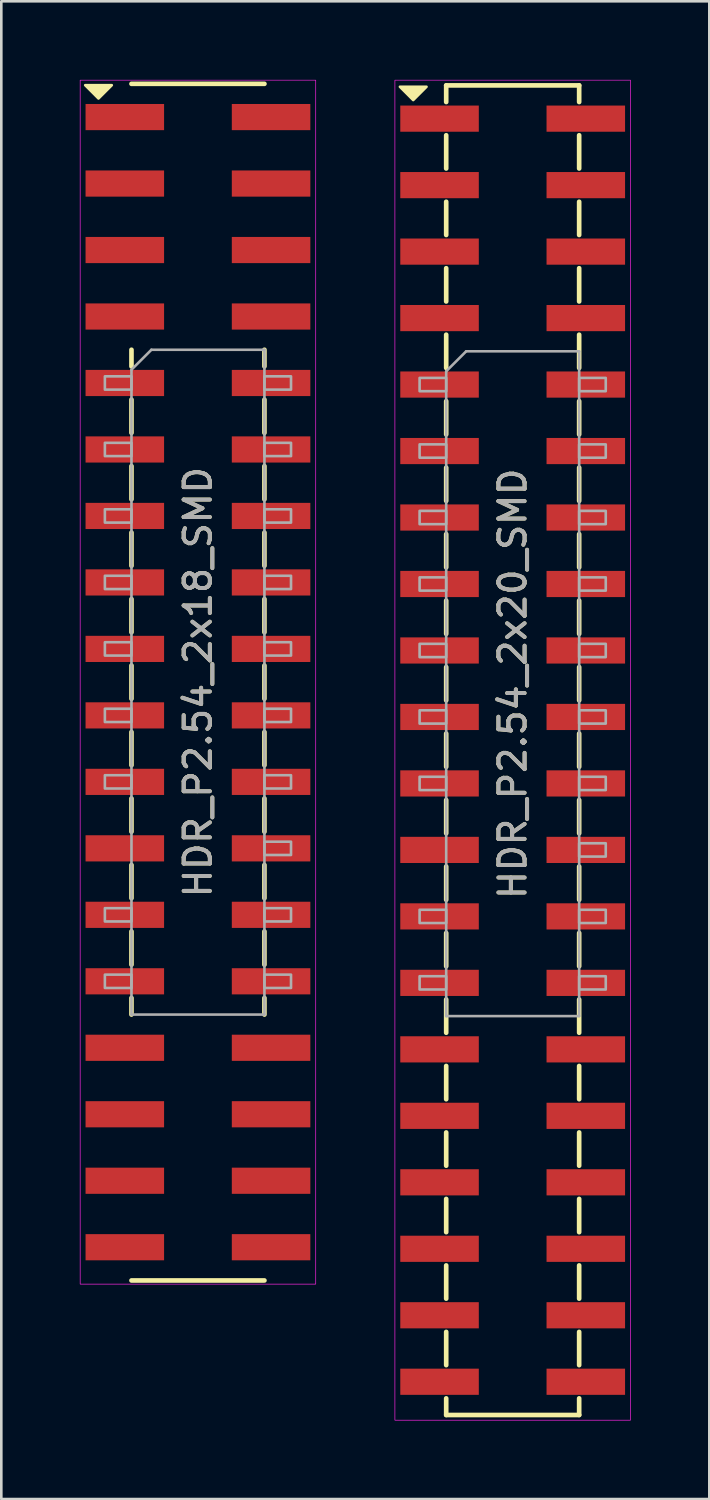
<source format=kicad_pcb>
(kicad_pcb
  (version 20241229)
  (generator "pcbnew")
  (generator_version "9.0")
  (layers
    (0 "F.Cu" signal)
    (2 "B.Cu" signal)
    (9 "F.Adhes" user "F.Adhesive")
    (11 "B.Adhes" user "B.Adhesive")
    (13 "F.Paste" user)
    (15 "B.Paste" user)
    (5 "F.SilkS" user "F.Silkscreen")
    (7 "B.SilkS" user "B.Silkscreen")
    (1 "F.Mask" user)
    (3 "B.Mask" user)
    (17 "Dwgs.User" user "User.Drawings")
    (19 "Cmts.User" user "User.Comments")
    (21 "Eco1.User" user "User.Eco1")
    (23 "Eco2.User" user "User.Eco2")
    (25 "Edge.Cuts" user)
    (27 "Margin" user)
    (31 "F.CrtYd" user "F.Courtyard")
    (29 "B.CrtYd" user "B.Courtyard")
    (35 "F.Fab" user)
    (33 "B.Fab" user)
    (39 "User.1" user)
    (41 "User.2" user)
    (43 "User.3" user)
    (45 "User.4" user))
  (footprint "HDR_P2.54_2x20_SMD"
    (layer "F.Cu")
    (at 16.538 25.613)
    (property "Reference" "HDR_P2.54_2x20_SMD" (at 0 -2.54 90) (layer "F.SilkS") (effects (font (size 1 1) (thickness 0.15))))
    (attr smd)
    (fp_line (start -2.54 -25.4) (end -2.54 -24.765) (stroke (width 0.178) (type solid)) (layer "F.SilkS"))
    (fp_line (start -2.54 -23.495) (end -2.54 -22.225) (stroke (width 0.178) (type solid)) (layer "F.SilkS"))
    (fp_line (start -2.54 -20.955) (end -2.54 -19.685) (stroke (width 0.178) (type solid)) (layer "F.SilkS"))
    (fp_line (start -2.54 -18.415) (end -2.54 -17.145) (stroke (width 0.178) (type solid)) (layer "F.SilkS"))
    (fp_line (start -2.54 -15.875) (end -2.54 -14.605) (stroke (width 0.178) (type solid)) (layer "F.SilkS"))
    (fp_line (start -2.54 -13.335) (end -2.54 -12.065) (stroke (width 0.178) (type solid)) (layer "F.SilkS"))
    (fp_line (start -2.54 -9.525) (end -2.54 -10.795) (stroke (width 0.178) (type solid)) (layer "F.SilkS"))
    (fp_line (start -2.54 -6.985) (end -2.54 -8.255) (stroke (width 0.178) (type solid)) (layer "F.SilkS"))
    (fp_line (start -2.54 -4.445) (end -2.54 -5.715) (stroke (width 0.178) (type solid)) (layer "F.SilkS"))
    (fp_line (start -2.54 -1.905) (end -2.54 -3.175) (stroke (width 0.178) (type solid)) (layer "F.SilkS"))
    (fp_line (start -2.54 0.635) (end -2.54 -0.635) (stroke (width 0.178) (type solid)) (layer "F.SilkS"))
    (fp_line (start -2.54 3.175) (end -2.54 1.905) (stroke (width 0.178) (type solid)) (layer "F.SilkS"))
    (fp_line (start -2.54 5.715) (end -2.54 4.445) (stroke (width 0.178) (type solid)) (layer "F.SilkS"))
    (fp_line (start -2.54 8.255) (end -2.54 6.985) (stroke (width 0.178) (type solid)) (layer "F.SilkS"))
    (fp_line (start -2.54 9.525) (end -2.54 10.795) (stroke (width 0.178) (type solid)) (layer "F.SilkS"))
    (fp_line (start -2.54 12.065) (end -2.54 13.335) (stroke (width 0.178) (type solid)) (layer "F.SilkS"))
    (fp_line (start -2.54 14.605) (end -2.54 15.875) (stroke (width 0.178) (type solid)) (layer "F.SilkS"))
    (fp_line (start -2.54 17.145) (end -2.54 18.415) (stroke (width 0.178) (type solid)) (layer "F.SilkS"))
    (fp_line (start -2.54 19.685) (end -2.54 20.955) (stroke (width 0.178) (type solid)) (layer "F.SilkS"))
    (fp_line (start -2.54 22.225) (end -2.54 23.495) (stroke (width 0.178) (type solid)) (layer "F.SilkS"))
    (fp_line (start -2.54 24.765) (end -2.54 25.4) (stroke (width 0.178) (type solid)) (layer "F.SilkS"))
    (fp_line (start 2.54 -25.4) (end -2.54 -25.4) (stroke (width 0.178) (type solid)) (layer "F.SilkS"))
    (fp_line (start 2.54 -25.4) (end 2.54 -24.765) (stroke (width 0.178) (type solid)) (layer "F.SilkS"))
    (fp_line (start 2.54 -23.495) (end 2.54 -22.225) (stroke (width 0.178) (type solid)) (layer "F.SilkS"))
    (fp_line (start 2.54 -20.955) (end 2.54 -19.685) (stroke (width 0.178) (type solid)) (layer "F.SilkS"))
    (fp_line (start 2.54 -18.415) (end 2.54 -17.145) (stroke (width 0.178) (type solid)) (layer "F.SilkS"))
    (fp_line (start 2.54 -14.605) (end 2.54 -15.875) (stroke (width 0.178) (type solid)) (layer "F.SilkS"))
    (fp_line (start 2.54 -12.065) (end 2.54 -13.335) (stroke (width 0.178) (type solid)) (layer "F.SilkS"))
    (fp_line (start 2.54 -9.525) (end 2.54 -10.795) (stroke (width 0.178) (type solid)) (layer "F.SilkS"))
    (fp_line (start 2.54 -6.985) (end 2.54 -8.255) (stroke (width 0.178) (type solid)) (layer "F.SilkS"))
    (fp_line (start 2.54 -4.445) (end 2.54 -5.715) (stroke (width 0.178) (type solid)) (layer "F.SilkS"))
    (fp_line (start 2.54 -1.905) (end 2.54 -3.175) (stroke (width 0.178) (type solid)) (layer "F.SilkS"))
    (fp_line (start 2.54 0.635) (end 2.54 -0.635) (stroke (width 0.178) (type solid)) (layer "F.SilkS"))
    (fp_line (start 2.54 3.175) (end 2.54 1.905) (stroke (width 0.178) (type solid)) (layer "F.SilkS"))
    (fp_line (start 2.54 5.715) (end 2.54 4.445) (stroke (width 0.178) (type solid)) (layer "F.SilkS"))
    (fp_line (start 2.54 8.255) (end 2.54 6.985) (stroke (width 0.178) (type solid)) (layer "F.SilkS"))
    (fp_line (start 2.54 9.525) (end 2.54 10.795) (stroke (width 0.178) (type solid)) (layer "F.SilkS"))
    (fp_line (start 2.54 12.065) (end 2.54 13.335) (stroke (width 0.178) (type solid)) (layer "F.SilkS"))
    (fp_line (start 2.54 14.605) (end 2.54 15.875) (stroke (width 0.178) (type solid)) (layer "F.SilkS"))
    (fp_line (start 2.54 17.145) (end 2.54 18.415) (stroke (width 0.178) (type solid)) (layer "F.SilkS"))
    (fp_line (start 2.54 19.685) (end 2.54 20.955) (stroke (width 0.178) (type solid)) (layer "F.SilkS"))
    (fp_line (start 2.54 22.225) (end 2.54 23.495) (stroke (width 0.178) (type solid)) (layer "F.SilkS"))
    (fp_line (start 2.54 24.765) (end 2.54 25.4) (stroke (width 0.178) (type solid)) (layer "F.SilkS"))
    (fp_line (start 2.54 25.4) (end -2.54 25.4) (stroke (width 0.178) (type solid)) (layer "F.SilkS"))
    (fp_poly (pts (xy -3.8 -24.84) (xy -4.308 -25.348) (xy -3.292 -25.348)) (stroke (width 0.1) (type solid)) (fill yes) (layer "F.SilkS"))
    (fp_rect (start -4.5 -25.6) (end 4.5 25.6) (stroke (width 0.025) (type solid)) (fill no) (layer "F.CrtYd"))
    (fp_line (start -2.54 -14.478) (end -1.778 -15.24) (stroke (width 0.1) (type solid)) (layer "F.Fab"))
    (fp_line (start -2.54 10.16) (end -2.54 -14.478) (stroke (width 0.1) (type solid)) (layer "F.Fab"))
    (fp_line (start -1.778 -15.24) (end 2.54 -15.24) (stroke (width 0.1) (type solid)) (layer "F.Fab"))
    (fp_line (start 2.54 -15.24) (end 2.54 10.16) (stroke (width 0.1) (type solid)) (layer "F.Fab"))
    (fp_line (start 2.54 10.16) (end -2.54 10.16) (stroke (width 0.1) (type solid)) (layer "F.Fab"))
    (fp_rect (start -3.556 -14.224) (end -2.54 -13.716) (stroke (width 0.1) (type solid)) (fill no) (layer "F.Fab"))
    (fp_rect (start -3.556 -11.684) (end -2.54 -11.176) (stroke (width 0.1) (type solid)) (fill no) (layer "F.Fab"))
    (fp_rect (start -3.556 -9.144) (end -2.54 -8.636) (stroke (width 0.1) (type solid)) (fill no) (layer "F.Fab"))
    (fp_rect (start -3.556 -6.604) (end -2.54 -6.096) (stroke (width 0.1) (type solid)) (fill no) (layer "F.Fab"))
    (fp_rect (start -3.556 -4.064) (end -2.54 -3.556) (stroke (width 0.1) (type solid)) (fill no) (layer "F.Fab"))
    (fp_rect (start -3.556 -1.524) (end -2.54 -1.016) (stroke (width 0.1) (type solid)) (fill no) (layer "F.Fab"))
    (fp_rect (start -3.556 1.016) (end -2.54 1.524) (stroke (width 0.1) (type solid)) (fill no) (layer "F.Fab"))
    (fp_rect (start -3.556 6.096) (end -2.54 6.604) (stroke (width 0.1) (type solid)) (fill no) (layer "F.Fab"))
    (fp_rect (start -3.556 8.636) (end -2.54 9.144) (stroke (width 0.1) (type solid)) (fill no) (layer "F.Fab"))
    (fp_rect (start 2.54 -14.224) (end 3.556 -13.716) (stroke (width 0.1) (type solid)) (fill no) (layer "F.Fab"))
    (fp_rect (start 2.54 -11.684) (end 3.556 -11.176) (stroke (width 0.1) (type solid)) (fill no) (layer "F.Fab"))
    (fp_rect (start 2.54 -9.144) (end 3.556 -8.636) (stroke (width 0.1) (type solid)) (fill no) (layer "F.Fab"))
    (fp_rect (start 2.54 -6.604) (end 3.556 -6.096) (stroke (width 0.1) (type solid)) (fill no) (layer "F.Fab"))
    (fp_rect (start 2.54 -4.064) (end 3.556 -3.556) (stroke (width 0.1) (type solid)) (fill no) (layer "F.Fab"))
    (fp_rect (start 2.54 -1.524) (end 3.556 -1.016) (stroke (width 0.1) (type solid)) (fill no) (layer "F.Fab"))
    (fp_rect (start 2.54 1.016) (end 3.556 1.524) (stroke (width 0.1) (type solid)) (fill no) (layer "F.Fab"))
    (fp_rect (start 2.54 3.556) (end 3.556 4.064) (stroke (width 0.1) (type solid)) (fill no) (layer "F.Fab"))
    (fp_rect (start 2.54 6.096) (end 3.556 6.604) (stroke (width 0.1) (type solid)) (fill no) (layer "F.Fab"))
    (fp_rect (start 2.54 8.636) (end 3.556 9.144) (stroke (width 0.1) (type solid)) (fill no) (layer "F.Fab"))
    (fp_text user "${REFERENCE}" (at 0 -2.54 90) (layer "F.Fab") (effects (font (size 1 1) (thickness 0.15))))
    (pad "1" smd rect (at -2.794 -24.13) (size 3 1) (layers "F.Cu" "F.Mask" "F.Paste"))
    (pad "2" smd rect (at 2.794 -24.13) (size 3 1) (layers "F.Cu" "F.Mask" "F.Paste"))
    (pad "3" smd rect (at -2.794 -21.59) (size 3 1) (layers "F.Cu" "F.Mask" "F.Paste"))
    (pad "4" smd rect (at 2.794 -21.59) (size 3 1) (layers "F.Cu" "F.Mask" "F.Paste"))
    (pad "5" smd rect (at -2.794 -19.05) (size 3 1) (layers "F.Cu" "F.Mask" "F.Paste"))
    (pad "6" smd rect (at 2.794 -19.05) (size 3 1) (layers "F.Cu" "F.Mask" "F.Paste"))
    (pad "7" smd rect (at -2.794 -16.51) (size 3 1) (layers "F.Cu" "F.Mask" "F.Paste"))
    (pad "8" smd rect (at 2.794 -16.51) (size 3 1) (layers "F.Cu" "F.Mask" "F.Paste"))
    (pad "9" smd rect (at -2.794 -13.97) (size 3 1) (layers "F.Cu" "F.Mask" "F.Paste"))
    (pad "10" smd rect (at 2.794 -13.97) (size 3 1) (layers "F.Cu" "F.Mask" "F.Paste"))
    (pad "11" smd rect (at -2.794 -11.43) (size 3 1) (layers "F.Cu" "F.Mask" "F.Paste"))
    (pad "12" smd rect (at 2.794 -11.43) (size 3 1) (layers "F.Cu" "F.Mask" "F.Paste"))
    (pad "13" smd rect (at -2.794 -8.89) (size 3 1) (layers "F.Cu" "F.Mask" "F.Paste"))
    (pad "14" smd rect (at 2.794 -8.89) (size 3 1) (layers "F.Cu" "F.Mask" "F.Paste"))
    (pad "15" smd rect (at -2.794 -6.35) (size 3 1) (layers "F.Cu" "F.Mask" "F.Paste"))
    (pad "16" smd rect (at 2.794 -6.35) (size 3 1) (layers "F.Cu" "F.Mask" "F.Paste"))
    (pad "17" smd rect (at -2.794 -3.81) (size 3 1) (layers "F.Cu" "F.Mask" "F.Paste"))
    (pad "18" smd rect (at 2.794 -3.81) (size 3 1) (layers "F.Cu" "F.Mask" "F.Paste"))
    (pad "19" smd rect (at -2.794 -1.27) (size 3 1) (layers "F.Cu" "F.Mask" "F.Paste"))
    (pad "20" smd rect (at 2.794 -1.27) (size 3 1) (layers "F.Cu" "F.Mask" "F.Paste"))
    (pad "21" smd rect (at -2.794 1.27) (size 3 1) (layers "F.Cu" "F.Mask" "F.Paste"))
    (pad "22" smd rect (at 2.794 1.27) (size 3 1) (layers "F.Cu" "F.Mask" "F.Paste"))
    (pad "23" smd rect (at -2.794 3.81) (size 3 1) (layers "F.Cu" "F.Mask" "F.Paste"))
    (pad "24" smd rect (at 2.794 3.81) (size 3 1) (layers "F.Cu" "F.Mask" "F.Paste"))
    (pad "25" smd rect (at -2.794 6.35) (size 3 1) (layers "F.Cu" "F.Mask" "F.Paste"))
    (pad "26" smd rect (at 2.794 6.35) (size 3 1) (layers "F.Cu" "F.Mask" "F.Paste"))
    (pad "27" smd rect (at -2.794 8.89) (size 3 1) (layers "F.Cu" "F.Mask" "F.Paste"))
    (pad "28" smd rect (at 2.794 8.89) (size 3 1) (layers "F.Cu" "F.Mask" "F.Paste"))
    (pad "29" smd rect (at -2.794 11.43) (size 3 1) (layers "F.Cu" "F.Mask" "F.Paste"))
    (pad "30" smd rect (at 2.794 11.43) (size 3 1) (layers "F.Cu" "F.Mask" "F.Paste"))
    (pad "31" smd rect (at -2.794 13.97) (size 3 1) (layers "F.Cu" "F.Mask" "F.Paste"))
    (pad "32" smd rect (at 2.794 13.97) (size 3 1) (layers "F.Cu" "F.Mask" "F.Paste"))
    (pad "33" smd rect (at -2.794 16.51) (size 3 1) (layers "F.Cu" "F.Mask" "F.Paste"))
    (pad "34" smd rect (at 2.794 16.51) (size 3 1) (layers "F.Cu" "F.Mask" "F.Paste"))
    (pad "35" smd rect (at -2.794 19.05) (size 3 1) (layers "F.Cu" "F.Mask" "F.Paste"))
    (pad "36" smd rect (at 2.794 19.05) (size 3 1) (layers "F.Cu" "F.Mask" "F.Paste"))
    (pad "37" smd rect (at -2.794 21.59) (size 3 1) (layers "F.Cu" "F.Mask" "F.Paste"))
    (pad "38" smd rect (at 2.794 21.59) (size 3 1) (layers "F.Cu" "F.Mask" "F.Paste"))
    (pad "39" smd rect (at -2.794 24.13) (size 3 1) (layers "F.Cu" "F.Mask" "F.Paste"))
    (pad "40" smd rect (at 2.794 24.13) (size 3 1) (layers "F.Cu" "F.Mask" "F.Paste")))
  (footprint "HDR_P2.54_2x18_SMD"
    (layer "F.Cu")
    (at 4.513 23.013)
    (property "Reference" "HDR_P2.54_2x18_SMD" (at 0 0 90) (layer "F.SilkS") (effects (font (size 1 1) (thickness 0.15))))
    (attr smd)
    (fp_line (start -2.54 -12.7) (end -2.54 -12.065) (stroke (width 0.178) (type solid)) (layer "F.SilkS"))
    (fp_line (start -2.54 -9.525) (end -2.54 -10.795) (stroke (width 0.178) (type solid)) (layer "F.SilkS"))
    (fp_line (start -2.54 -6.985) (end -2.54 -8.255) (stroke (width 0.178) (type solid)) (layer "F.SilkS"))
    (fp_line (start -2.54 -4.445) (end -2.54 -5.715) (stroke (width 0.178) (type solid)) (layer "F.SilkS"))
    (fp_line (start -2.54 -1.905) (end -2.54 -3.175) (stroke (width 0.178) (type solid)) (layer "F.SilkS"))
    (fp_line (start -2.54 0.635) (end -2.54 -0.635) (stroke (width 0.178) (type solid)) (layer "F.SilkS"))
    (fp_line (start -2.54 3.175) (end -2.54 1.905) (stroke (width 0.178) (type solid)) (layer "F.SilkS"))
    (fp_line (start -2.54 5.715) (end -2.54 4.445) (stroke (width 0.178) (type solid)) (layer "F.SilkS"))
    (fp_line (start -2.54 8.255) (end -2.54 6.985) (stroke (width 0.178) (type solid)) (layer "F.SilkS"))
    (fp_line (start -2.54 10.795) (end -2.54 9.525) (stroke (width 0.178) (type solid)) (layer "F.SilkS"))
    (fp_line (start -2.54 12.7) (end -2.54 12.065) (stroke (width 0.178) (type solid)) (layer "F.SilkS"))
    (fp_line (start 2.54 -22.86) (end -2.54 -22.86) (stroke (width 0.178) (type solid)) (layer "F.SilkS"))
    (fp_line (start 2.54 -12.065) (end 2.54 -12.7) (stroke (width 0.178) (type solid)) (layer "F.SilkS"))
    (fp_line (start 2.54 -9.525) (end 2.54 -10.795) (stroke (width 0.178) (type solid)) (layer "F.SilkS"))
    (fp_line (start 2.54 -6.985) (end 2.54 -8.255) (stroke (width 0.178) (type solid)) (layer "F.SilkS"))
    (fp_line (start 2.54 -4.445) (end 2.54 -5.715) (stroke (width 0.178) (type solid)) (layer "F.SilkS"))
    (fp_line (start 2.54 -1.905) (end 2.54 -3.175) (stroke (width 0.178) (type solid)) (layer "F.SilkS"))
    (fp_line (start 2.54 0.635) (end 2.54 -0.635) (stroke (width 0.178) (type solid)) (layer "F.SilkS"))
    (fp_line (start 2.54 3.175) (end 2.54 1.905) (stroke (width 0.178) (type solid)) (layer "F.SilkS"))
    (fp_line (start 2.54 5.715) (end 2.54 4.445) (stroke (width 0.178) (type solid)) (layer "F.SilkS"))
    (fp_line (start 2.54 8.255) (end 2.54 6.985) (stroke (width 0.178) (type solid)) (layer "F.SilkS"))
    (fp_line (start 2.54 10.795) (end 2.54 9.525) (stroke (width 0.178) (type solid)) (layer "F.SilkS"))
    (fp_line (start 2.54 12.065) (end 2.54 12.7) (stroke (width 0.178) (type solid)) (layer "F.SilkS"))
    (fp_line (start 2.54 22.86) (end -2.54 22.86) (stroke (width 0.178) (type solid)) (layer "F.SilkS"))
    (fp_poly (pts (xy -3.8 -22.3) (xy -4.308 -22.808) (xy -3.292 -22.808)) (stroke (width 0.1) (type solid)) (fill yes) (layer "F.SilkS"))
    (fp_rect (start -4.5 -23) (end 4.5 23) (stroke (width 0.025) (type solid)) (fill no) (layer "F.CrtYd"))
    (fp_line (start -2.54 -11.938) (end -1.778 -12.7) (stroke (width 0.1) (type solid)) (layer "F.Fab"))
    (fp_line (start -2.54 12.7) (end -2.54 -11.938) (stroke (width 0.1) (type solid)) (layer "F.Fab"))
    (fp_line (start -1.778 -12.7) (end 2.54 -12.7) (stroke (width 0.1) (type solid)) (layer "F.Fab"))
    (fp_line (start 2.54 -12.7) (end 2.54 12.7) (stroke (width 0.1) (type solid)) (layer "F.Fab"))
    (fp_line (start 2.54 12.7) (end -2.54 12.7) (stroke (width 0.1) (type solid)) (layer "F.Fab"))
    (fp_rect (start -3.556 -11.684) (end -2.54 -11.176) (stroke (width 0.1) (type solid)) (fill no) (layer "F.Fab"))
    (fp_rect (start -3.556 -9.144) (end -2.54 -8.636) (stroke (width 0.1) (type solid)) (fill no) (layer "F.Fab"))
    (fp_rect (start -3.556 -6.604) (end -2.54 -6.096) (stroke (width 0.1) (type solid)) (fill no) (layer "F.Fab"))
    (fp_rect (start -3.556 -4.064) (end -2.54 -3.556) (stroke (width 0.1) (type solid)) (fill no) (layer "F.Fab"))
    (fp_rect (start -3.556 -1.524) (end -2.54 -1.016) (stroke (width 0.1) (type solid)) (fill no) (layer "F.Fab"))
    (fp_rect (start -3.556 1.016) (end -2.54 1.524) (stroke (width 0.1) (type solid)) (fill no) (layer "F.Fab"))
    (fp_rect (start -3.556 3.556) (end -2.54 4.064) (stroke (width 0.1) (type solid)) (fill no) (layer "F.Fab"))
    (fp_rect (start -3.556 8.636) (end -2.54 9.144) (stroke (width 0.1) (type solid)) (fill no) (layer "F.Fab"))
    (fp_rect (start -3.556 11.176) (end -2.54 11.684) (stroke (width 0.1) (type solid)) (fill no) (layer "F.Fab"))
    (fp_rect (start 2.54 -11.684) (end 3.556 -11.176) (stroke (width 0.1) (type solid)) (fill no) (layer "F.Fab"))
    (fp_rect (start 2.54 -9.144) (end 3.556 -8.636) (stroke (width 0.1) (type solid)) (fill no) (layer "F.Fab"))
    (fp_rect (start 2.54 -6.604) (end 3.556 -6.096) (stroke (width 0.1) (type solid)) (fill no) (layer "F.Fab"))
    (fp_rect (start 2.54 -4.064) (end 3.556 -3.556) (stroke (width 0.1) (type solid)) (fill no) (layer "F.Fab"))
    (fp_rect (start 2.54 -1.524) (end 3.556 -1.016) (stroke (width 0.1) (type solid)) (fill no) (layer "F.Fab"))
    (fp_rect (start 2.54 1.016) (end 3.556 1.524) (stroke (width 0.1) (type solid)) (fill no) (layer "F.Fab"))
    (fp_rect (start 2.54 3.556) (end 3.556 4.064) (stroke (width 0.1) (type solid)) (fill no) (layer "F.Fab"))
    (fp_rect (start 2.54 6.096) (end 3.556 6.604) (stroke (width 0.1) (type solid)) (fill no) (layer "F.Fab"))
    (fp_rect (start 2.54 8.636) (end 3.556 9.144) (stroke (width 0.1) (type solid)) (fill no) (layer "F.Fab"))
    (fp_rect (start 2.54 11.176) (end 3.556 11.684) (stroke (width 0.1) (type solid)) (fill no) (layer "F.Fab"))
    (fp_text user "${REFERENCE}" (at 0 0 90) (layer "F.Fab") (effects (font (size 1 1) (thickness 0.15))))
    (pad "1" smd rect (at -2.794 -21.59) (size 3 1) (layers "F.Cu" "F.Mask" "F.Paste"))
    (pad "2" smd rect (at 2.794 -21.59) (size 3 1) (layers "F.Cu" "F.Mask" "F.Paste"))
    (pad "3" smd rect (at -2.794 -19.05) (size 3 1) (layers "F.Cu" "F.Mask" "F.Paste"))
    (pad "4" smd rect (at 2.794 -19.05) (size 3 1) (layers "F.Cu" "F.Mask" "F.Paste"))
    (pad "5" smd rect (at -2.794 -16.51) (size 3 1) (layers "F.Cu" "F.Mask" "F.Paste"))
    (pad "6" smd rect (at 2.794 -16.51) (size 3 1) (layers "F.Cu" "F.Mask" "F.Paste"))
    (pad "7" smd rect (at -2.794 -13.97) (size 3 1) (layers "F.Cu" "F.Mask" "F.Paste"))
    (pad "8" smd rect (at 2.794 -13.97) (size 3 1) (layers "F.Cu" "F.Mask" "F.Paste"))
    (pad "9" smd rect (at -2.794 -11.43) (size 3 1) (layers "F.Cu" "F.Mask" "F.Paste"))
    (pad "10" smd rect (at 2.794 -11.43) (size 3 1) (layers "F.Cu" "F.Mask" "F.Paste"))
    (pad "11" smd rect (at -2.794 -8.89) (size 3 1) (layers "F.Cu" "F.Mask" "F.Paste"))
    (pad "12" smd rect (at 2.794 -8.89) (size 3 1) (layers "F.Cu" "F.Mask" "F.Paste"))
    (pad "13" smd rect (at -2.794 -6.35) (size 3 1) (layers "F.Cu" "F.Mask" "F.Paste"))
    (pad "14" smd rect (at 2.794 -6.35) (size 3 1) (layers "F.Cu" "F.Mask" "F.Paste"))
    (pad "15" smd rect (at -2.794 -3.81) (size 3 1) (layers "F.Cu" "F.Mask" "F.Paste"))
    (pad "16" smd rect (at 2.794 -3.81) (size 3 1) (layers "F.Cu" "F.Mask" "F.Paste"))
    (pad "17" smd rect (at -2.794 -1.27) (size 3 1) (layers "F.Cu" "F.Mask" "F.Paste"))
    (pad "18" smd rect (at 2.794 -1.27) (size 3 1) (layers "F.Cu" "F.Mask" "F.Paste"))
    (pad "19" smd rect (at -2.794 1.27) (size 3 1) (layers "F.Cu" "F.Mask" "F.Paste"))
    (pad "20" smd rect (at 2.794 1.27) (size 3 1) (layers "F.Cu" "F.Mask" "F.Paste"))
    (pad "21" smd rect (at -2.794 3.81) (size 3 1) (layers "F.Cu" "F.Mask" "F.Paste"))
    (pad "22" smd rect (at 2.794 3.81) (size 3 1) (layers "F.Cu" "F.Mask" "F.Paste"))
    (pad "23" smd rect (at -2.794 6.35) (size 3 1) (layers "F.Cu" "F.Mask" "F.Paste"))
    (pad "24" smd rect (at 2.794 6.35) (size 3 1) (layers "F.Cu" "F.Mask" "F.Paste"))
    (pad "25" smd rect (at -2.794 8.89) (size 3 1) (layers "F.Cu" "F.Mask" "F.Paste"))
    (pad "26" smd rect (at 2.794 8.89) (size 3 1) (layers "F.Cu" "F.Mask" "F.Paste"))
    (pad "27" smd rect (at -2.794 11.43) (size 3 1) (layers "F.Cu" "F.Mask" "F.Paste"))
    (pad "28" smd rect (at 2.794 11.43) (size 3 1) (layers "F.Cu" "F.Mask" "F.Paste"))
    (pad "29" smd rect (at -2.794 13.97) (size 3 1) (layers "F.Cu" "F.Mask" "F.Paste"))
    (pad "30" smd rect (at 2.794 13.97) (size 3 1) (layers "F.Cu" "F.Mask" "F.Paste"))
    (pad "31" smd rect (at -2.794 16.51) (size 3 1) (layers "F.Cu" "F.Mask" "F.Paste"))
    (pad "32" smd rect (at 2.794 16.51) (size 3 1) (layers "F.Cu" "F.Mask" "F.Paste"))
    (pad "33" smd rect (at -2.794 19.05) (size 3 1) (layers "F.Cu" "F.Mask" "F.Paste"))
    (pad "34" smd rect (at 2.794 19.05) (size 3 1) (layers "F.Cu" "F.Mask" "F.Paste"))
    (pad "35" smd rect (at -2.794 21.59) (size 3 1) (layers "F.Cu" "F.Mask" "F.Paste"))
    (pad "36" smd rect (at 2.794 21.59) (size 3 1) (layers "F.Cu" "F.Mask" "F.Paste")))
  (gr_rect
    (start -3 -3)
    (end 24.051 54.225)
    (stroke (width 0.1) (type default))
    (fill no)
    (layer "Edge.Cuts")))
</source>
